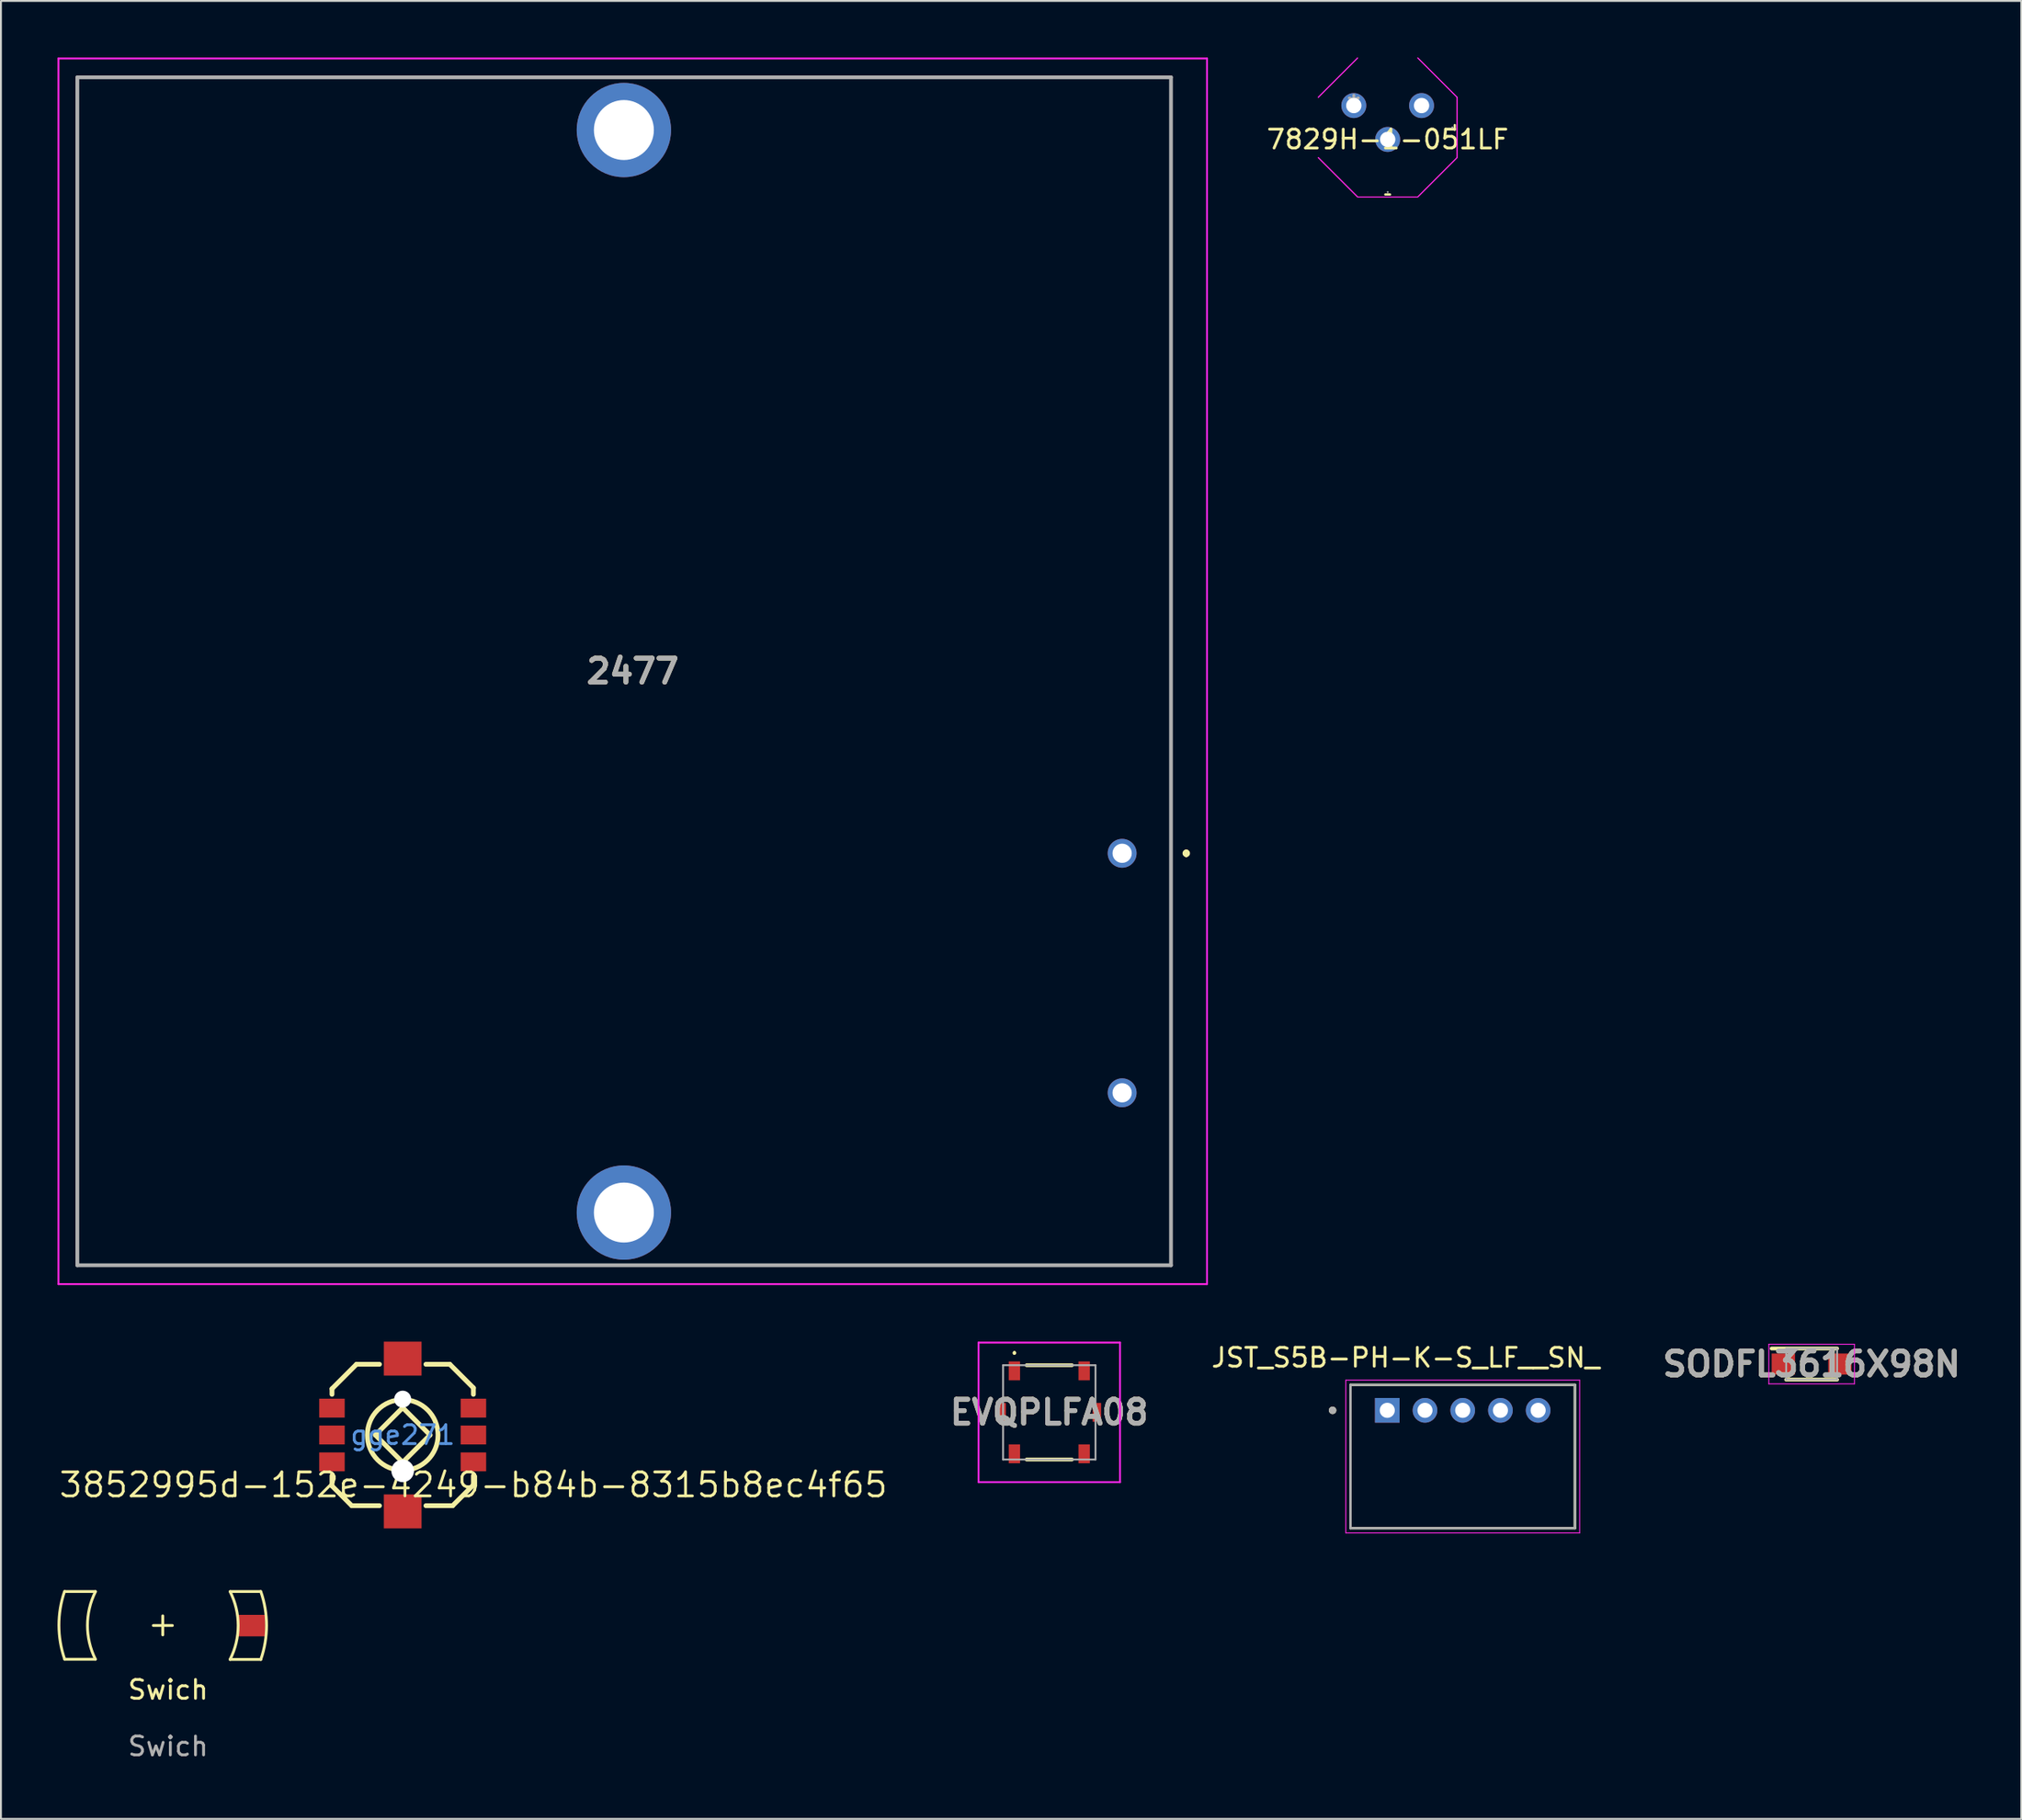
<source format=kicad_pcb>
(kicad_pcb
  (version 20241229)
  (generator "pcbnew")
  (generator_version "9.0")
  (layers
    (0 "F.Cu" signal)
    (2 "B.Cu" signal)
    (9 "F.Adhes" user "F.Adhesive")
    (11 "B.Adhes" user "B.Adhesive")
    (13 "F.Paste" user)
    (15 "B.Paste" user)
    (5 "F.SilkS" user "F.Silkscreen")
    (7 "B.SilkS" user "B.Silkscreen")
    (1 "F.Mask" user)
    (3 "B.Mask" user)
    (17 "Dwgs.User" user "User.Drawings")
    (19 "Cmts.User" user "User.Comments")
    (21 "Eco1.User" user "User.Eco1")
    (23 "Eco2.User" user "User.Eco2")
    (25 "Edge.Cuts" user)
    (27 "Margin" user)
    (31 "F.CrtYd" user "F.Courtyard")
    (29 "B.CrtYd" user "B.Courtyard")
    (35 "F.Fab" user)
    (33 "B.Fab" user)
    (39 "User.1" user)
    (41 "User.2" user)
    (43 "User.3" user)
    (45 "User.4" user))
  (footprint "Swich"
    (layer "F.Cu")
    (at 5.863 87.048)
    (property "Reference" "Swich" (at 0 -0.5 0) (unlocked yes) (layer "F.SilkS") (effects (font (size 1 1) (thickness 0.15))))
    (attr smd)
    (fp_line (start -5.483 -2.117) (end -3.853 -2.117) (stroke (width 0.15) (type default)) (layer "F.SilkS"))
    (fp_line (start -3.853 -5.707) (end -5.463 -5.707) (stroke (width 0.15) (type default)) (layer "F.SilkS"))
    (fp_line (start -0.783 -3.907) (end 0.227 -3.907) (stroke (width 0.15) (type default)) (layer "F.SilkS"))
    (fp_line (start -0.283 -4.417) (end -0.283 -3.407) (stroke (width 0.15) (type default)) (layer "F.SilkS"))
    (fp_line (start 3.287 -2.107) (end 4.917 -2.107) (stroke (width 0.15) (type default)) (layer "F.SilkS"))
    (fp_line (start 3.297 -5.707) (end 4.897 -5.707) (stroke (width 0.15) (type default)) (layer "F.SilkS"))
    (fp_arc (start -5.483276 -2.116712) (mid -5.788163 -3.915759) (end -5.490411 -5.716001) (stroke (width 0.15) (type default)) (layer "F.SilkS"))
    (fp_arc (start -3.853275 -2.116712) (mid -4.275834 -3.911179) (end -3.849271 -5.704698) (stroke (width 0.15) (type default)) (layer "F.SilkS"))
    (fp_arc (start 3.288753 -5.702693) (mid 3.715909 -3.904461) (end 3.286724 -2.106712) (stroke (width 0.15) (type default)) (layer "F.SilkS"))
    (fp_arc (start 4.914565 -5.712923) (mid 5.22 -3.91) (end 4.916723 -2.106712) (stroke (width 0.15) (type default)) (layer "F.SilkS"))
    (fp_text user "${REFERENCE}" (at 0 2.5 0) (unlocked yes) (layer "F.Fab") (effects (font (size 1 1) (thickness 0.15))))
    (pad "1" smd rect (at 4.44 -3.9) (size 1.44 1.14) (layers "F.Cu" "F.Mask" "F.Paste")))
  (footprint "3852995d-152e-4249-b84b-8315b8ec4f65"
    (layer "F.Cu")
    (at 22.051 75.689)
    (property "Reference" "3852995d-152e-4249-b84b-8315b8ec4f65" (at 0 0 0) (layer "F.SilkS") (effects (font (size 1.27 1.27) (thickness 0.15))))
    (fp_line (start -7.498 -5.1) (end -7.498 -4.805) (stroke (width 0.254) (type solid)) (layer "F.SilkS"))
    (fp_line (start -7.498 -0.493) (end -7.498 0.051) (stroke (width 0.254) (type solid)) (layer "F.SilkS"))
    (fp_line (start -7.498 0.051) (end -6.449 1.1) (stroke (width 0.254) (type solid)) (layer "F.SilkS"))
    (fp_line (start -6.449 1.1) (end -4.98 1.1) (stroke (width 0.254) (type solid)) (layer "F.SilkS"))
    (fp_line (start -6.2 -6.398) (end -7.498 -5.1) (stroke (width 0.254) (type solid)) (layer "F.SilkS"))
    (fp_line (start -6.2 -6.398) (end -4.98 -6.398) (stroke (width 0.254) (type solid)) (layer "F.SilkS"))
    (fp_line (start -5.199 -2.649) (end -3.749 -4.099) (stroke (width 0.254) (type solid)) (layer "F.SilkS"))
    (fp_line (start -3.749 -4.099) (end -2.299 -2.649) (stroke (width 0.254) (type solid)) (layer "F.SilkS"))
    (fp_line (start -3.749 -1.199) (end -5.199 -2.649) (stroke (width 0.254) (type solid)) (layer "F.SilkS"))
    (fp_line (start -2.518 -6.398) (end -1.25 -6.398) (stroke (width 0.254) (type solid)) (layer "F.SilkS"))
    (fp_line (start -2.299 -2.649) (end -3.749 -1.199) (stroke (width 0.254) (type solid)) (layer "F.SilkS"))
    (fp_line (start -1.25 -6.398) (end 0 -5.148) (stroke (width 0.254) (type solid)) (layer "F.SilkS"))
    (fp_line (start -1.1 1.1) (end -2.518 1.1) (stroke (width 0.254) (type solid)) (layer "F.SilkS"))
    (fp_line (start 0 -5.148) (end 0 -4.805) (stroke (width 0.254) (type solid)) (layer "F.SilkS"))
    (fp_line (start 0 -0.493) (end 0 0) (stroke (width 0.254) (type solid)) (layer "F.SilkS"))
    (fp_line (start 0 0) (end -1.1 1.1) (stroke (width 0.254) (type solid)) (layer "F.SilkS"))
    (fp_circle (center -3.749 -2.649) (end -1.875 -2.649) (stroke (width 0.254) (type solid)) (fill no) (layer "F.SilkS"))
    (fp_text user "gge271" (at -3.749 -2.649 0) (layer "Cmts.User") (effects (font (size 1 1) (thickness 0.15))))
    (pad "" np_thru_hole circle (at -3.749 -4.549) (size 0.9 0.9) (drill 0.9) (layers "*.Cu" "*.Mask"))
    (pad "" np_thru_hole circle (at -3.749 -0.749) (size 1.2 1.2) (drill 1.2) (layers "*.Cu" "*.Mask"))
    (pad "1" smd rect (at -7.499 -4.074 90) (size 1 1.35) (layers "F.Cu" "F.Mask" "F.Paste"))
    (pad "2" smd rect (at -7.499 -2.649 90) (size 1 1.35) (layers "F.Cu" "F.Mask" "F.Paste"))
    (pad "3" smd rect (at -7.499 -1.224 90) (size 1 1.35) (layers "F.Cu" "F.Mask" "F.Paste"))
    (pad "4" smd rect (at 0.001 -4.074 90) (size 1 1.35) (layers "F.Cu" "F.Mask" "F.Paste"))
    (pad "5" smd rect (at 0.001 -2.649 90) (size 1 1.35) (layers "F.Cu" "F.Mask" "F.Paste"))
    (pad "6" smd rect (at 0.001 -1.224 90) (size 1 1.35) (layers "F.Cu" "F.Mask" "F.Paste"))
    (pad "7" smd rect (at -3.749 -6.699 180) (size 2 1.8) (layers "F.Cu" "F.Mask" "F.Paste"))
    (pad "8" smd rect (at -3.749 1.401 180) (size 2 1.8) (layers "F.Cu" "F.Mask" "F.Paste")))
  (footprint "7829H-1-051LF"
    (layer "F.Cu")
    (at 68.734 2.547)
    (property "Reference" "7829H-1-051LF" (at 1.796 1.796 0) (layer "F.SilkS") (effects (font (size 1 1) (thickness 0.15))))
    (attr through_hole)
    (fp_line (start 1.669 4.717) (end 1.923 4.717) (stroke (width 0.12) (type solid)) (layer "F.SilkS"))
    (fp_line (start 5.352 1.288) (end 5.352 1.034) (stroke (width 0.12) (type solid)) (layer "F.SilkS"))
    (fp_line (start -1.887 2.758) (end 0.199 4.844) (stroke (width 0.05) (type solid)) (layer "F.CrtYd"))
    (fp_line (start -1.887 2.758) (end 0.199 4.844) (stroke (width 0.05) (type solid)) (layer "F.CrtYd"))
    (fp_line (start 0.199 -2.522) (end -1.887 -0.436) (stroke (width 0.05) (type solid)) (layer "F.CrtYd"))
    (fp_line (start 0.199 -2.522) (end -1.887 -0.436) (stroke (width 0.05) (type solid)) (layer "F.CrtYd"))
    (fp_line (start 0.199 4.844) (end 3.393 4.844) (stroke (width 0.05) (type solid)) (layer "F.CrtYd"))
    (fp_line (start 3.393 4.844) (end 0.199 4.844) (stroke (width 0.05) (type solid)) (layer "F.CrtYd"))
    (fp_line (start 3.393 4.844) (end 5.479 2.758) (stroke (width 0.05) (type solid)) (layer "F.CrtYd"))
    (fp_line (start 3.393 4.844) (end 5.479 2.758) (stroke (width 0.05) (type solid)) (layer "F.CrtYd"))
    (fp_line (start 5.479 -0.436) (end 3.393 -2.522) (stroke (width 0.05) (type solid)) (layer "F.CrtYd"))
    (fp_line (start 5.479 -0.436) (end 3.393 -2.522) (stroke (width 0.05) (type solid)) (layer "F.CrtYd"))
    (fp_line (start 5.479 2.758) (end 5.479 -0.436) (stroke (width 0.05) (type solid)) (layer "F.CrtYd"))
    (fp_line (start 5.479 2.758) (end 5.479 -0.436) (stroke (width 0.05) (type solid)) (layer "F.CrtYd"))
    (fp_line (start 1.796 4.59) (end 1.796 4.59) (stroke (width 0.1) (type solid)) (layer "F.Fab"))
    (fp_line (start 5.225 1.161) (end 5.225 1.161) (stroke (width 0.1) (type solid)) (layer "F.Fab"))
    (fp_text user "*" (at 0 0.3 0) (layer "F.SilkS") (effects (font (size 1 1) (thickness 0.15))))
    (fp_text user "*" (at 0 0 0) (layer "F.Fab") (effects (font (size 1 1) (thickness 0.15))))
    (pad "1" thru_hole circle (at 0 0) (size 1.321 1.321) (drill 0.813) (layers "*.Cu" "*.Mask"))
    (pad "2" thru_hole circle (at 1.796 1.796) (size 1.321 1.321) (drill 0.813) (layers "*.Cu" "*.Mask"))
    (pad "3" thru_hole circle (at 3.592 0) (size 1.321 1.321) (drill 0.813) (layers "*.Cu" "*.Mask")))
  (footprint "SODFL3616X98N"
    (layer "F.Cu")
    (at 93.009 69.279)
    (property "Reference" "SODFL3616X98N" (at 0 0 0) (layer "F.SilkS") (effects (font (size 1.27 1.27) (thickness 0.254))))
    (attr smd)
    (fp_line (start -2.12 -0.825) (end 1.35 -0.825) (stroke (width 0.2) (type solid)) (layer "F.SilkS"))
    (fp_line (start -1.35 0.825) (end 1.35 0.825) (stroke (width 0.2) (type solid)) (layer "F.SilkS"))
    (fp_line (start -2.27 -1.05) (end 2.27 -1.05) (stroke (width 0.05) (type solid)) (layer "F.CrtYd"))
    (fp_line (start -2.27 1.05) (end -2.27 -1.05) (stroke (width 0.05) (type solid)) (layer "F.CrtYd"))
    (fp_line (start 2.27 -1.05) (end 2.27 1.05) (stroke (width 0.05) (type solid)) (layer "F.CrtYd"))
    (fp_line (start 2.27 1.05) (end -2.27 1.05) (stroke (width 0.05) (type solid)) (layer "F.CrtYd"))
    (fp_line (start -1.35 -0.825) (end 1.35 -0.825) (stroke (width 0.1) (type solid)) (layer "F.Fab"))
    (fp_line (start -1.35 -0.205) (end -0.73 -0.825) (stroke (width 0.1) (type solid)) (layer "F.Fab"))
    (fp_line (start -1.35 0.825) (end -1.35 -0.825) (stroke (width 0.1) (type solid)) (layer "F.Fab"))
    (fp_line (start 1.35 -0.825) (end 1.35 0.825) (stroke (width 0.1) (type solid)) (layer "F.Fab"))
    (fp_line (start 1.35 0.825) (end -1.35 0.825) (stroke (width 0.1) (type solid)) (layer "F.Fab"))
    (fp_text user "${REFERENCE}" (at 0 0 0) (layer "F.Fab") (effects (font (size 1.27 1.27) (thickness 0.254))))
    (pad "1" smd rect (at -1.5 0 90) (size 1.12 1.24) (layers "F.Cu" "F.Mask" "F.Paste"))
    (pad "2" smd rect (at 1.5 0 90) (size 1.12 1.24) (layers "F.Cu" "F.Mask" "F.Paste")))
  (footprint "2477"
    (layer "F.Cu")
    (at 56.45 42.195)
    (property "Reference" "2477" (at -25.95 -9.65 0) (layer "F.SilkS") (effects (font (size 1.27 1.27) (thickness 0.254))))
    (attr through_hole)
    (fp_line (start -55.4 -41.145) (end 2.59 -41.145) (stroke (width 0.1) (type solid)) (layer "F.SilkS"))
    (fp_line (start -55.4 21.845) (end -55.4 -41.145) (stroke (width 0.1) (type solid)) (layer "F.SilkS"))
    (fp_line (start 2.59 -41.145) (end 2.59 21.845) (stroke (width 0.1) (type solid)) (layer "F.SilkS"))
    (fp_line (start 2.59 21.845) (end -55.4 21.845) (stroke (width 0.1) (type solid)) (layer "F.SilkS"))
    (fp_line (start 3.4 -0.1) (end 3.4 -0.1) (stroke (width 0.2) (type solid)) (layer "F.SilkS"))
    (fp_line (start 3.4 0.1) (end 3.4 0.1) (stroke (width 0.2) (type solid)) (layer "F.SilkS"))
    (fp_arc (start 3.4 -0.1) (mid 3.5 0) (end 3.4 0.1) (stroke (width 0.2) (type solid)) (layer "F.SilkS"))
    (fp_arc (start 3.4 0.1) (mid 3.3 0) (end 3.4 -0.1) (stroke (width 0.2) (type solid)) (layer "F.SilkS"))
    (fp_line (start -56.4 -42.145) (end 4.5 -42.145) (stroke (width 0.1) (type solid)) (layer "F.CrtYd"))
    (fp_line (start -56.4 22.845) (end -56.4 -42.145) (stroke (width 0.1) (type solid)) (layer "F.CrtYd"))
    (fp_line (start 4.5 -42.145) (end 4.5 22.845) (stroke (width 0.1) (type solid)) (layer "F.CrtYd"))
    (fp_line (start 4.5 22.845) (end -56.4 22.845) (stroke (width 0.1) (type solid)) (layer "F.CrtYd"))
    (fp_line (start -55.4 -41.145) (end 2.59 -41.145) (stroke (width 0.2) (type solid)) (layer "F.Fab"))
    (fp_line (start -55.4 21.845) (end -55.4 -41.145) (stroke (width 0.2) (type solid)) (layer "F.Fab"))
    (fp_line (start 2.59 -41.145) (end 2.59 21.845) (stroke (width 0.2) (type solid)) (layer "F.Fab"))
    (fp_line (start 2.59 21.845) (end -55.4 21.845) (stroke (width 0.2) (type solid)) (layer "F.Fab"))
    (fp_text user "${REFERENCE}" (at -25.95 -9.65 0) (layer "F.Fab") (effects (font (size 1.27 1.27) (thickness 0.254))))
    (pad "1" thru_hole circle (at 0 0) (size 1.53 1.53) (drill 1.02) (layers "*.Cu" "*.Mask"))
    (pad "2" thru_hole circle (at 0 12.7) (size 1.53 1.53) (drill 1.02) (layers "*.Cu" "*.Mask"))
    (pad "MH1" thru_hole circle (at -26.42 19.05) (size 5 5) (drill 3.18) (layers "*.Cu" "*.Mask"))
    (pad "MH2" thru_hole circle (at -26.42 -38.35) (size 5 5) (drill 3.18) (layers "*.Cu" "*.Mask")))
  (footprint "JST_S5B-PH-K-S_LF__SN_"
    (layer "F.Cu")
    (at 74.508 71.732)
    (property "Reference" "JST_S5B-PH-K-S_LF__SN_" (at -3.025 -2.794 0) (layer "F.SilkS") (effects (font (size 1 1) (thickness 0.15))))
    (attr through_hole)
    (fp_line (start -5.95 -1.35) (end 5.95 -1.35) (stroke (width 0.127) (type solid)) (layer "F.SilkS"))
    (fp_line (start -5.95 6.25) (end -5.95 -1.35) (stroke (width 0.127) (type solid)) (layer "F.SilkS"))
    (fp_line (start 5.95 -1.35) (end 5.95 6.25) (stroke (width 0.127) (type solid)) (layer "F.SilkS"))
    (fp_line (start 5.95 6.25) (end -5.95 6.25) (stroke (width 0.127) (type solid)) (layer "F.SilkS"))
    (fp_circle (center -6.9 0) (end -6.8 0) (stroke (width 0.2) (type solid)) (fill no) (layer "F.SilkS"))
    (fp_line (start -6.2 -1.6) (end 6.2 -1.6) (stroke (width 0.05) (type solid)) (layer "F.CrtYd"))
    (fp_line (start -6.2 6.5) (end -6.2 -1.6) (stroke (width 0.05) (type solid)) (layer "F.CrtYd"))
    (fp_line (start 6.2 -1.6) (end 6.2 6.5) (stroke (width 0.05) (type solid)) (layer "F.CrtYd"))
    (fp_line (start 6.2 6.5) (end -6.2 6.5) (stroke (width 0.05) (type solid)) (layer "F.CrtYd"))
    (fp_line (start -5.95 -1.35) (end 5.95 -1.35) (stroke (width 0.127) (type solid)) (layer "F.Fab"))
    (fp_line (start -5.95 6.25) (end -5.95 -1.35) (stroke (width 0.127) (type solid)) (layer "F.Fab"))
    (fp_line (start 5.95 -1.35) (end 5.95 6.25) (stroke (width 0.127) (type solid)) (layer "F.Fab"))
    (fp_line (start 5.95 6.25) (end -5.95 6.25) (stroke (width 0.127) (type solid)) (layer "F.Fab"))
    (fp_circle (center -6.9 0) (end -6.8 0) (stroke (width 0.2) (type solid)) (fill no) (layer "F.Fab"))
    (pad "1" thru_hole rect (at -4 0) (size 1.308 1.308) (drill 0.8) (layers "*.Cu" "*.Mask"))
    (pad "2" thru_hole circle (at -2 0) (size 1.308 1.308) (drill 0.8) (layers "*.Cu" "*.Mask"))
    (pad "3" thru_hole circle (at 0 0) (size 1.308 1.308) (drill 0.8) (layers "*.Cu" "*.Mask"))
    (pad "4" thru_hole circle (at 2 0) (size 1.308 1.308) (drill 0.8) (layers "*.Cu" "*.Mask"))
    (pad "5" thru_hole circle (at 4 0) (size 1.308 1.308) (drill 0.8) (layers "*.Cu" "*.Mask")))
  (footprint "EVQPLFA08"
    (layer "F.Cu")
    (at 52.587 71.84)
    (property "Reference" "EVQPLFA08" (at 0 0 0) (layer "F.SilkS") (effects (font (size 1.27 1.27) (thickness 0.254))))
    (attr smd)
    (fp_line (start -1.85 -3.2) (end -1.85 -3.2) (stroke (width 0.1) (type solid)) (layer "F.SilkS"))
    (fp_line (start -1.85 -3.1) (end -1.85 -3.1) (stroke (width 0.1) (type solid)) (layer "F.SilkS"))
    (fp_line (start -1.2 -2.5) (end 1.2 -2.5) (stroke (width 0.2) (type solid)) (layer "F.SilkS"))
    (fp_line (start -1.2 2.5) (end 1.2 2.5) (stroke (width 0.2) (type solid)) (layer "F.SilkS"))
    (fp_arc (start -1.85 -3.2) (mid -1.8 -3.15) (end -1.85 -3.1) (stroke (width 0.1) (type solid)) (layer "F.SilkS"))
    (fp_arc (start -1.85 -3.1) (mid -1.9 -3.15) (end -1.85 -3.2) (stroke (width 0.1) (type solid)) (layer "F.SilkS"))
    (fp_line (start -3.75 -3.7) (end 3.75 -3.7) (stroke (width 0.1) (type solid)) (layer "F.CrtYd"))
    (fp_line (start -3.75 3.7) (end -3.75 -3.7) (stroke (width 0.1) (type solid)) (layer "F.CrtYd"))
    (fp_line (start 3.75 -3.7) (end 3.75 3.7) (stroke (width 0.1) (type solid)) (layer "F.CrtYd"))
    (fp_line (start 3.75 3.7) (end -3.75 3.7) (stroke (width 0.1) (type solid)) (layer "F.CrtYd"))
    (fp_line (start -2.45 -2.5) (end 2.45 -2.5) (stroke (width 0.1) (type solid)) (layer "F.Fab"))
    (fp_line (start -2.45 2.5) (end -2.45 -2.5) (stroke (width 0.1) (type solid)) (layer "F.Fab"))
    (fp_line (start 2.45 -2.5) (end 2.45 2.5) (stroke (width 0.1) (type solid)) (layer "F.Fab"))
    (fp_line (start 2.45 2.5) (end -2.45 2.5) (stroke (width 0.1) (type solid)) (layer "F.Fab"))
    (fp_text user "${REFERENCE}" (at 0 0 0) (layer "F.Fab") (effects (font (size 1.27 1.27) (thickness 0.254))))
    (pad "A1" smd rect (at -1.85 -2.2) (size 0.6 1) (layers "F.Cu" "F.Mask" "F.Paste"))
    (pad "A2" smd rect (at -1.85 2.2) (size 0.6 1) (layers "F.Cu" "F.Mask" "F.Paste"))
    (pad "B1" smd rect (at 1.85 -2.2) (size 0.6 1) (layers "F.Cu" "F.Mask" "F.Paste"))
    (pad "B2" smd rect (at 1.85 2.2) (size 0.6 1) (layers "F.Cu" "F.Mask" "F.Paste"))
    (pad "C1" smd rect (at -2.525 0) (size 0.45 1) (layers "F.Cu" "F.Mask" "F.Paste"))
    (pad "C2" smd rect (at 2.525 0) (size 0.45 1) (layers "F.Cu" "F.Mask" "F.Paste")))
  (gr_rect
    (start -3 -3)
    (end 104.125 93.397)
    (stroke (width 0.1) (type default))
    (fill no)
    (layer "Edge.Cuts")))
</source>
